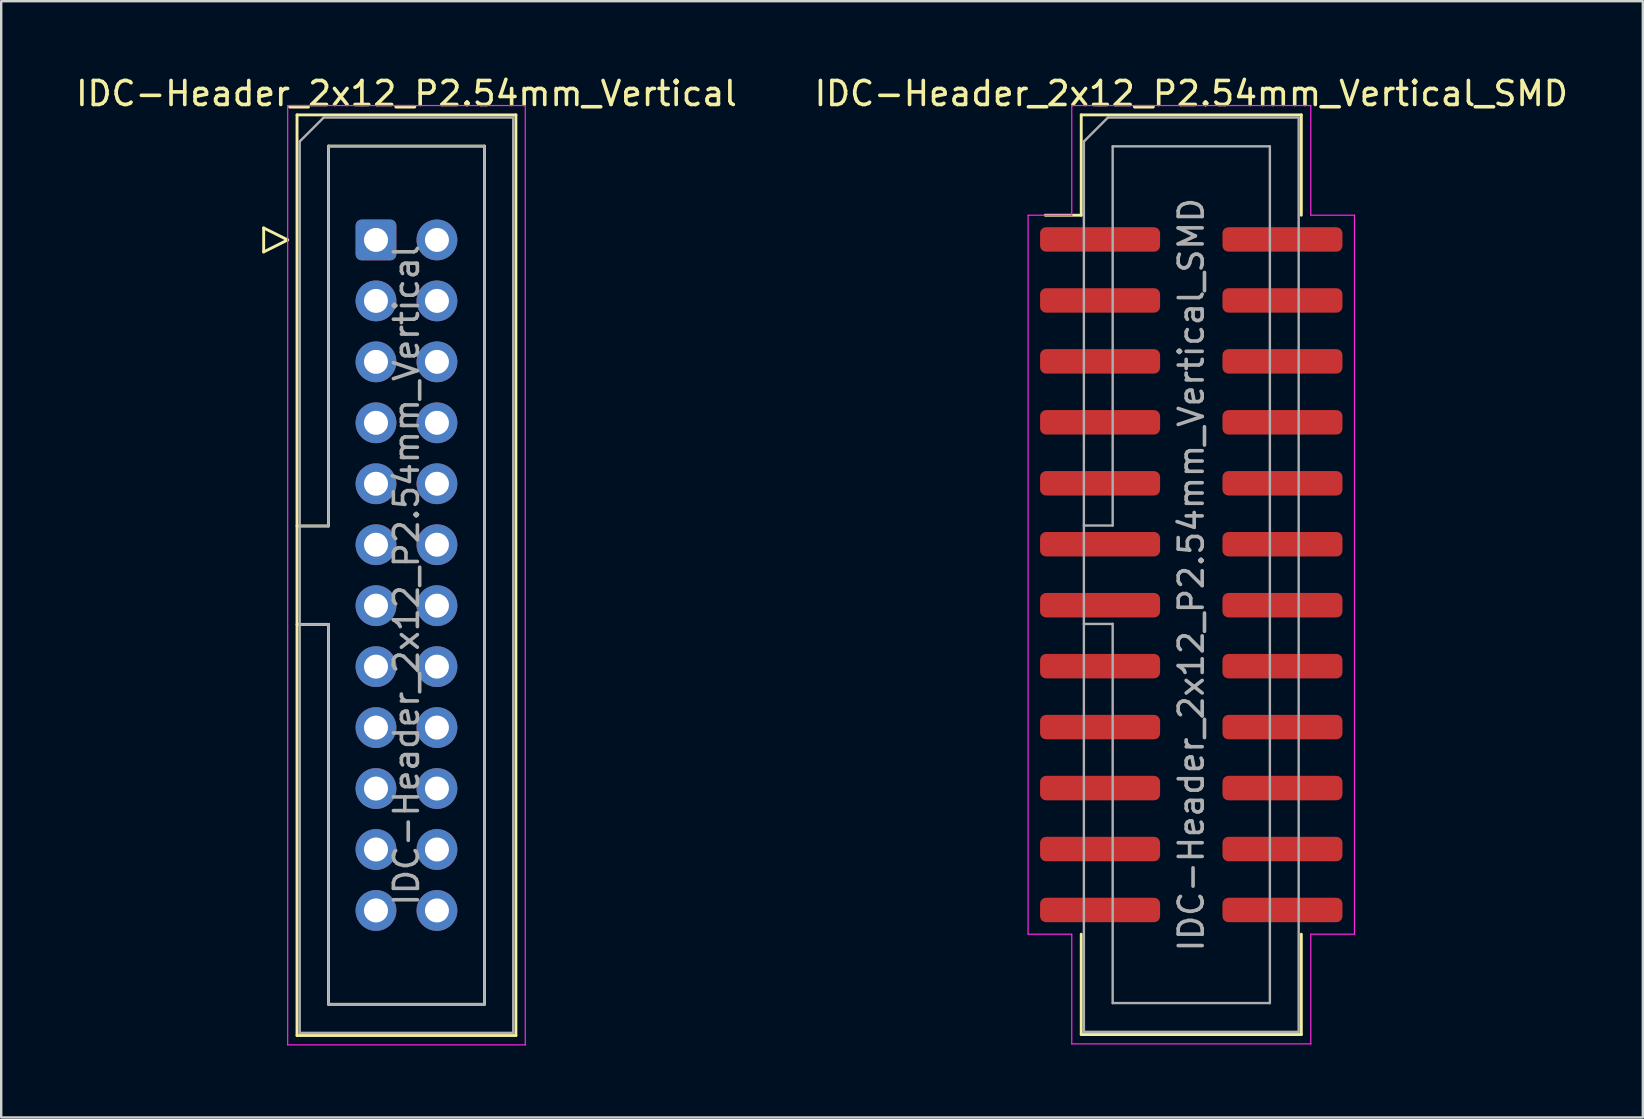
<source format=kicad_pcb>
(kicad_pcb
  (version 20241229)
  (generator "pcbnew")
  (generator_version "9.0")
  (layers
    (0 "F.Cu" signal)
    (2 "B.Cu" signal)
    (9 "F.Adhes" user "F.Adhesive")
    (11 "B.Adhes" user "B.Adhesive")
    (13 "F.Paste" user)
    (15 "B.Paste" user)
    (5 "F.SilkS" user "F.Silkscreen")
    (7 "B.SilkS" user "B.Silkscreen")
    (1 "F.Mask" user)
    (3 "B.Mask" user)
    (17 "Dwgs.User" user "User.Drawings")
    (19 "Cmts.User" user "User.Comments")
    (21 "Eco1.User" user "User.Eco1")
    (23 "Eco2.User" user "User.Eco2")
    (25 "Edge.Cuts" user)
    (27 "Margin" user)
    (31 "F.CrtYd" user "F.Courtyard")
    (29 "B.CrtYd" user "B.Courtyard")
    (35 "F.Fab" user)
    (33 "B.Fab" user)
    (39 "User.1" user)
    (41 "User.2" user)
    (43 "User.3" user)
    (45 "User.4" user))
  (footprint "IDC-Header_2x12_P2.54mm_Vertical"
    (layer "F.Cu")
    (at 12.617 6.948)
    (property "Reference" "IDC-Header_2x12_P2.54mm_Vertical" (at 1.27 -6.1 0) (layer "F.SilkS") (effects (font (size 1 1) (thickness 0.15))))
    (attr through_hole)
    (fp_line (start -4.68 -0.5) (end -4.68 0.5) (stroke (width 0.12) (type solid)) (layer "F.SilkS"))
    (fp_line (start -4.68 0.5) (end -3.68 0) (stroke (width 0.12) (type solid)) (layer "F.SilkS"))
    (fp_line (start -3.68 0) (end -4.68 -0.5) (stroke (width 0.12) (type solid)) (layer "F.SilkS"))
    (fp_line (start -3.29 -5.21) (end 5.83 -5.21) (stroke (width 0.12) (type solid)) (layer "F.SilkS"))
    (fp_line (start -3.29 11.92) (end -1.98 11.92) (stroke (width 0.12) (type solid)) (layer "F.SilkS"))
    (fp_line (start -3.29 33.15) (end -3.29 -5.21) (stroke (width 0.12) (type solid)) (layer "F.SilkS"))
    (fp_line (start -1.98 -3.91) (end 4.52 -3.91) (stroke (width 0.12) (type solid)) (layer "F.SilkS"))
    (fp_line (start -1.98 11.92) (end -1.98 -3.91) (stroke (width 0.12) (type solid)) (layer "F.SilkS"))
    (fp_line (start -1.98 16.02) (end -3.29 16.02) (stroke (width 0.12) (type solid)) (layer "F.SilkS"))
    (fp_line (start -1.98 31.85) (end -1.98 16.02) (stroke (width 0.12) (type solid)) (layer "F.SilkS"))
    (fp_line (start 4.52 -3.91) (end 4.52 31.85) (stroke (width 0.12) (type solid)) (layer "F.SilkS"))
    (fp_line (start 4.52 31.85) (end -1.98 31.85) (stroke (width 0.12) (type solid)) (layer "F.SilkS"))
    (fp_line (start 5.83 -5.21) (end 5.83 33.15) (stroke (width 0.12) (type solid)) (layer "F.SilkS"))
    (fp_line (start 5.83 33.15) (end -3.29 33.15) (stroke (width 0.12) (type solid)) (layer "F.SilkS"))
    (fp_line (start -3.68 -5.6) (end -3.68 33.54) (stroke (width 0.05) (type solid)) (layer "F.CrtYd"))
    (fp_line (start -3.68 33.54) (end 6.22 33.54) (stroke (width 0.05) (type solid)) (layer "F.CrtYd"))
    (fp_line (start 6.22 -5.6) (end -3.68 -5.6) (stroke (width 0.05) (type solid)) (layer "F.CrtYd"))
    (fp_line (start 6.22 33.54) (end 6.22 -5.6) (stroke (width 0.05) (type solid)) (layer "F.CrtYd"))
    (fp_line (start -3.18 -4.1) (end -2.18 -5.1) (stroke (width 0.1) (type solid)) (layer "F.Fab"))
    (fp_line (start -3.18 11.92) (end -1.98 11.92) (stroke (width 0.1) (type solid)) (layer "F.Fab"))
    (fp_line (start -3.18 33.04) (end -3.18 -4.1) (stroke (width 0.1) (type solid)) (layer "F.Fab"))
    (fp_line (start -2.18 -5.1) (end 5.72 -5.1) (stroke (width 0.1) (type solid)) (layer "F.Fab"))
    (fp_line (start -1.98 -3.91) (end 4.52 -3.91) (stroke (width 0.1) (type solid)) (layer "F.Fab"))
    (fp_line (start -1.98 11.92) (end -1.98 -3.91) (stroke (width 0.1) (type solid)) (layer "F.Fab"))
    (fp_line (start -1.98 16.02) (end -3.18 16.02) (stroke (width 0.1) (type solid)) (layer "F.Fab"))
    (fp_line (start -1.98 31.85) (end -1.98 16.02) (stroke (width 0.1) (type solid)) (layer "F.Fab"))
    (fp_line (start 4.52 -3.91) (end 4.52 31.85) (stroke (width 0.1) (type solid)) (layer "F.Fab"))
    (fp_line (start 4.52 31.85) (end -1.98 31.85) (stroke (width 0.1) (type solid)) (layer "F.Fab"))
    (fp_line (start 5.72 -5.1) (end 5.72 33.04) (stroke (width 0.1) (type solid)) (layer "F.Fab"))
    (fp_line (start 5.72 33.04) (end -3.18 33.04) (stroke (width 0.1) (type solid)) (layer "F.Fab"))
    (fp_text user "${REFERENCE}" (at 1.27 13.97 90) (layer "F.Fab") (effects (font (size 1 1) (thickness 0.15))))
    (pad "1" thru_hole roundrect (at 0 0) (size 1.7 1.7) (drill 1) (layers "*.Cu" "*.Mask") (roundrect_rratio 0.147))
    (pad "2" thru_hole circle (at 2.54 0) (size 1.7 1.7) (drill 1) (layers "*.Cu" "*.Mask"))
    (pad "3" thru_hole circle (at 0 2.54) (size 1.7 1.7) (drill 1) (layers "*.Cu" "*.Mask"))
    (pad "4" thru_hole circle (at 2.54 2.54) (size 1.7 1.7) (drill 1) (layers "*.Cu" "*.Mask"))
    (pad "5" thru_hole circle (at 0 5.08) (size 1.7 1.7) (drill 1) (layers "*.Cu" "*.Mask"))
    (pad "6" thru_hole circle (at 2.54 5.08) (size 1.7 1.7) (drill 1) (layers "*.Cu" "*.Mask"))
    (pad "7" thru_hole circle (at 0 7.62) (size 1.7 1.7) (drill 1) (layers "*.Cu" "*.Mask"))
    (pad "8" thru_hole circle (at 2.54 7.62) (size 1.7 1.7) (drill 1) (layers "*.Cu" "*.Mask"))
    (pad "9" thru_hole circle (at 0 10.16) (size 1.7 1.7) (drill 1) (layers "*.Cu" "*.Mask"))
    (pad "10" thru_hole circle (at 2.54 10.16) (size 1.7 1.7) (drill 1) (layers "*.Cu" "*.Mask"))
    (pad "11" thru_hole circle (at 0 12.7) (size 1.7 1.7) (drill 1) (layers "*.Cu" "*.Mask"))
    (pad "12" thru_hole circle (at 2.54 12.7) (size 1.7 1.7) (drill 1) (layers "*.Cu" "*.Mask"))
    (pad "13" thru_hole circle (at 0 15.24) (size 1.7 1.7) (drill 1) (layers "*.Cu" "*.Mask"))
    (pad "14" thru_hole circle (at 2.54 15.24) (size 1.7 1.7) (drill 1) (layers "*.Cu" "*.Mask"))
    (pad "15" thru_hole circle (at 0 17.78) (size 1.7 1.7) (drill 1) (layers "*.Cu" "*.Mask"))
    (pad "16" thru_hole circle (at 2.54 17.78) (size 1.7 1.7) (drill 1) (layers "*.Cu" "*.Mask"))
    (pad "17" thru_hole circle (at 0 20.32) (size 1.7 1.7) (drill 1) (layers "*.Cu" "*.Mask"))
    (pad "18" thru_hole circle (at 2.54 20.32) (size 1.7 1.7) (drill 1) (layers "*.Cu" "*.Mask"))
    (pad "19" thru_hole circle (at 0 22.86) (size 1.7 1.7) (drill 1) (layers "*.Cu" "*.Mask"))
    (pad "20" thru_hole circle (at 2.54 22.86) (size 1.7 1.7) (drill 1) (layers "*.Cu" "*.Mask"))
    (pad "21" thru_hole circle (at 0 25.4) (size 1.7 1.7) (drill 1) (layers "*.Cu" "*.Mask"))
    (pad "22" thru_hole circle (at 2.54 25.4) (size 1.7 1.7) (drill 1) (layers "*.Cu" "*.Mask"))
    (pad "23" thru_hole circle (at 0 27.94) (size 1.7 1.7) (drill 1) (layers "*.Cu" "*.Mask"))
    (pad "24" thru_hole circle (at 2.54 27.94) (size 1.7 1.7) (drill 1) (layers "*.Cu" "*.Mask")))
  (footprint "IDC-Header_2x12_P2.54mm_Vertical_SMD"
    (layer "F.Cu")
    (at 46.589 20.898)
    (property "Reference" "IDC-Header_2x12_P2.54mm_Vertical_SMD" (at 0 -20.05 0) (layer "F.SilkS") (effects (font (size 1 1) (thickness 0.15))))
    (attr smd)
    (fp_line (start -4.585 -19.16) (end 4.585 -19.16) (stroke (width 0.12) (type solid)) (layer "F.SilkS"))
    (fp_line (start -4.585 -14.98) (end -6.085 -14.98) (stroke (width 0.12) (type solid)) (layer "F.SilkS"))
    (fp_line (start -4.585 -14.98) (end -4.585 -19.16) (stroke (width 0.12) (type solid)) (layer "F.SilkS"))
    (fp_line (start -4.585 14.98) (end -4.585 19.16) (stroke (width 0.12) (type solid)) (layer "F.SilkS"))
    (fp_line (start -4.585 19.16) (end 4.585 19.16) (stroke (width 0.12) (type solid)) (layer "F.SilkS"))
    (fp_line (start 4.585 -19.16) (end 4.585 -14.98) (stroke (width 0.12) (type solid)) (layer "F.SilkS"))
    (fp_line (start 4.585 19.16) (end 4.585 14.98) (stroke (width 0.12) (type solid)) (layer "F.SilkS"))
    (fp_line (start -6.8 -14.98) (end -6.8 14.98) (stroke (width 0.05) (type solid)) (layer "F.CrtYd"))
    (fp_line (start -6.8 14.98) (end -4.98 14.98) (stroke (width 0.05) (type solid)) (layer "F.CrtYd"))
    (fp_line (start -4.98 -19.55) (end -4.98 -14.98) (stroke (width 0.05) (type solid)) (layer "F.CrtYd"))
    (fp_line (start -4.98 -14.98) (end -6.8 -14.98) (stroke (width 0.05) (type solid)) (layer "F.CrtYd"))
    (fp_line (start -4.98 14.98) (end -4.98 19.55) (stroke (width 0.05) (type solid)) (layer "F.CrtYd"))
    (fp_line (start -4.98 19.55) (end 4.98 19.55) (stroke (width 0.05) (type solid)) (layer "F.CrtYd"))
    (fp_line (start 4.98 -19.55) (end -4.98 -19.55) (stroke (width 0.05) (type solid)) (layer "F.CrtYd"))
    (fp_line (start 4.98 -14.98) (end 4.98 -19.55) (stroke (width 0.05) (type solid)) (layer "F.CrtYd"))
    (fp_line (start 4.98 14.98) (end 6.8 14.98) (stroke (width 0.05) (type solid)) (layer "F.CrtYd"))
    (fp_line (start 4.98 19.55) (end 4.98 14.98) (stroke (width 0.05) (type solid)) (layer "F.CrtYd"))
    (fp_line (start 6.8 -14.98) (end 4.98 -14.98) (stroke (width 0.05) (type solid)) (layer "F.CrtYd"))
    (fp_line (start 6.8 14.98) (end 6.8 -14.98) (stroke (width 0.05) (type solid)) (layer "F.CrtYd"))
    (fp_line (start -4.475 -18.05) (end -3.475 -19.05) (stroke (width 0.1) (type solid)) (layer "F.Fab"))
    (fp_line (start -4.475 -2.05) (end -3.275 -2.05) (stroke (width 0.1) (type solid)) (layer "F.Fab"))
    (fp_line (start -4.475 19.05) (end -4.475 -18.05) (stroke (width 0.1) (type solid)) (layer "F.Fab"))
    (fp_line (start -3.475 -19.05) (end 4.475 -19.05) (stroke (width 0.1) (type solid)) (layer "F.Fab"))
    (fp_line (start -3.275 -17.85) (end 3.275 -17.85) (stroke (width 0.1) (type solid)) (layer "F.Fab"))
    (fp_line (start -3.275 -2.05) (end -3.275 -17.85) (stroke (width 0.1) (type solid)) (layer "F.Fab"))
    (fp_line (start -3.275 2.05) (end -4.475 2.05) (stroke (width 0.1) (type solid)) (layer "F.Fab"))
    (fp_line (start -3.275 17.85) (end -3.275 2.05) (stroke (width 0.1) (type solid)) (layer "F.Fab"))
    (fp_line (start 3.275 -17.85) (end 3.275 17.85) (stroke (width 0.1) (type solid)) (layer "F.Fab"))
    (fp_line (start 3.275 17.85) (end -3.275 17.85) (stroke (width 0.1) (type solid)) (layer "F.Fab"))
    (fp_line (start 4.475 -19.05) (end 4.475 19.05) (stroke (width 0.1) (type solid)) (layer "F.Fab"))
    (fp_line (start 4.475 19.05) (end -4.475 19.05) (stroke (width 0.1) (type solid)) (layer "F.Fab"))
    (fp_text user "${REFERENCE}" (at 0 0 90) (layer "F.Fab") (effects (font (size 1 1) (thickness 0.15))))
    (pad "1" smd roundrect (at -3.8 -13.97) (size 5 1.02) (layers "F.Cu" "F.Mask" "F.Paste") (roundrect_rratio 0.245))
    (pad "2" smd roundrect (at 3.8 -13.97) (size 5 1.02) (layers "F.Cu" "F.Mask" "F.Paste") (roundrect_rratio 0.245))
    (pad "3" smd roundrect (at -3.8 -11.43) (size 5 1.02) (layers "F.Cu" "F.Mask" "F.Paste") (roundrect_rratio 0.245))
    (pad "4" smd roundrect (at 3.8 -11.43) (size 5 1.02) (layers "F.Cu" "F.Mask" "F.Paste") (roundrect_rratio 0.245))
    (pad "5" smd roundrect (at -3.8 -8.89) (size 5 1.02) (layers "F.Cu" "F.Mask" "F.Paste") (roundrect_rratio 0.245))
    (pad "6" smd roundrect (at 3.8 -8.89) (size 5 1.02) (layers "F.Cu" "F.Mask" "F.Paste") (roundrect_rratio 0.245))
    (pad "7" smd roundrect (at -3.8 -6.35) (size 5 1.02) (layers "F.Cu" "F.Mask" "F.Paste") (roundrect_rratio 0.245))
    (pad "8" smd roundrect (at 3.8 -6.35) (size 5 1.02) (layers "F.Cu" "F.Mask" "F.Paste") (roundrect_rratio 0.245))
    (pad "9" smd roundrect (at -3.8 -3.81) (size 5 1.02) (layers "F.Cu" "F.Mask" "F.Paste") (roundrect_rratio 0.245))
    (pad "10" smd roundrect (at 3.8 -3.81) (size 5 1.02) (layers "F.Cu" "F.Mask" "F.Paste") (roundrect_rratio 0.245))
    (pad "11" smd roundrect (at -3.8 -1.27) (size 5 1.02) (layers "F.Cu" "F.Mask" "F.Paste") (roundrect_rratio 0.245))
    (pad "12" smd roundrect (at 3.8 -1.27) (size 5 1.02) (layers "F.Cu" "F.Mask" "F.Paste") (roundrect_rratio 0.245))
    (pad "13" smd roundrect (at -3.8 1.27) (size 5 1.02) (layers "F.Cu" "F.Mask" "F.Paste") (roundrect_rratio 0.245))
    (pad "14" smd roundrect (at 3.8 1.27) (size 5 1.02) (layers "F.Cu" "F.Mask" "F.Paste") (roundrect_rratio 0.245))
    (pad "15" smd roundrect (at -3.8 3.81) (size 5 1.02) (layers "F.Cu" "F.Mask" "F.Paste") (roundrect_rratio 0.245))
    (pad "16" smd roundrect (at 3.8 3.81) (size 5 1.02) (layers "F.Cu" "F.Mask" "F.Paste") (roundrect_rratio 0.245))
    (pad "17" smd roundrect (at -3.8 6.35) (size 5 1.02) (layers "F.Cu" "F.Mask" "F.Paste") (roundrect_rratio 0.245))
    (pad "18" smd roundrect (at 3.8 6.35) (size 5 1.02) (layers "F.Cu" "F.Mask" "F.Paste") (roundrect_rratio 0.245))
    (pad "19" smd roundrect (at -3.8 8.89) (size 5 1.02) (layers "F.Cu" "F.Mask" "F.Paste") (roundrect_rratio 0.245))
    (pad "20" smd roundrect (at 3.8 8.89) (size 5 1.02) (layers "F.Cu" "F.Mask" "F.Paste") (roundrect_rratio 0.245))
    (pad "21" smd roundrect (at -3.8 11.43) (size 5 1.02) (layers "F.Cu" "F.Mask" "F.Paste") (roundrect_rratio 0.245))
    (pad "22" smd roundrect (at 3.8 11.43) (size 5 1.02) (layers "F.Cu" "F.Mask" "F.Paste") (roundrect_rratio 0.245))
    (pad "23" smd roundrect (at -3.8 13.97) (size 5 1.02) (layers "F.Cu" "F.Mask" "F.Paste") (roundrect_rratio 0.245))
    (pad "24" smd roundrect (at 3.8 13.97) (size 5 1.02) (layers "F.Cu" "F.Mask" "F.Paste") (roundrect_rratio 0.245)))
  (gr_rect
    (start -3 -3)
    (end 65.405 43.513)
    (stroke (width 0.1) (type default))
    (fill no)
    (layer "Edge.Cuts")))
</source>
